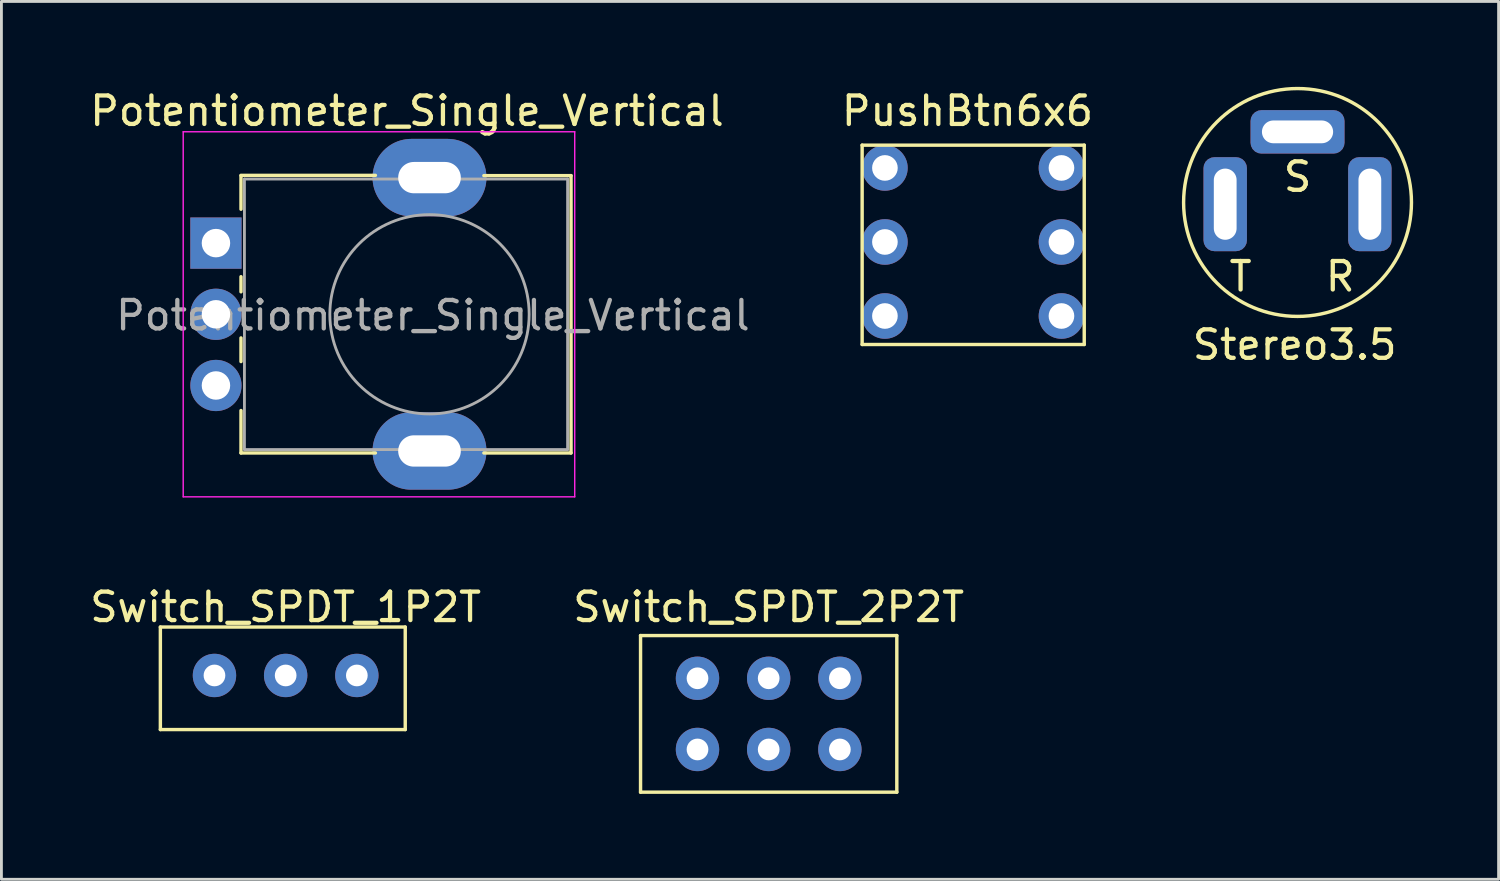
<source format=kicad_pcb>
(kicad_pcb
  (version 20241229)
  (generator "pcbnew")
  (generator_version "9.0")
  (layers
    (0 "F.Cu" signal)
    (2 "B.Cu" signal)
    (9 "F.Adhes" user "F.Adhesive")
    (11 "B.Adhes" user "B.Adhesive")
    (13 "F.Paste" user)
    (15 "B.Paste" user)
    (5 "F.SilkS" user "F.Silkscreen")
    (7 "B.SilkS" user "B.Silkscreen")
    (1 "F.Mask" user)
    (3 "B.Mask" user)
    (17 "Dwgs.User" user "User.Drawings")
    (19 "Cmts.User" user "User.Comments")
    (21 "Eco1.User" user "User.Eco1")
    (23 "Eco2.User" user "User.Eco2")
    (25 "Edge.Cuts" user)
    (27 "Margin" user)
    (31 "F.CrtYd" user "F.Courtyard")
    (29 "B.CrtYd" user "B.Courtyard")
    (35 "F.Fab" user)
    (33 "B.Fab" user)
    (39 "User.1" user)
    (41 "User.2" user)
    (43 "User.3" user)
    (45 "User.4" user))
  (footprint "Switch_SPDT_1P2T"
    (layer "F.Cu")
    (at 9.482 18.172)
    (property "Reference" "Switch_SPDT_1P2T" (at -2.5 0.1 0) (layer "F.SilkS") (effects (font (size 1 1) (thickness 0.15))))
    (attr through_hole)
    (fp_line (start -6.9 0.8) (end 1.7 0.8) (stroke (width 0.12) (type solid)) (layer "F.SilkS"))
    (fp_line (start -6.9 4.4) (end -6.9 0.8) (stroke (width 0.12) (type solid)) (layer "F.SilkS"))
    (fp_line (start 1.7 0.8) (end 1.7 4.4) (stroke (width 0.12) (type solid)) (layer "F.SilkS"))
    (fp_line (start 1.7 4.4) (end -6.9 4.4) (stroke (width 0.12) (type solid)) (layer "F.SilkS"))
    (pad "1" thru_hole circle (at -5 2.5) (size 1.524 1.524) (drill 0.762) (layers "*.Cu" "*.Mask"))
    (pad "2" thru_hole circle (at -2.5 2.5) (size 1.524 1.524) (drill 0.762) (layers "*.Cu" "*.Mask"))
    (pad "3" thru_hole circle (at 0 2.5) (size 1.524 1.524) (drill 0.762) (layers "*.Cu" "*.Mask")))
  (footprint "PushBtn6x6"
    (layer "F.Cu")
    (at 31.128 5.448)
    (property "Reference" "PushBtn6x6" (at -0.2 -4.6 0) (layer "F.SilkS") (effects (font (size 1 1) (thickness 0.15))))
    (attr through_hole)
    (fp_line (start -3.9 -3.4) (end 3.9 -3.4) (stroke (width 0.12) (type solid)) (layer "F.SilkS"))
    (fp_line (start -3.9 3.6) (end -3.9 -3.4) (stroke (width 0.12) (type solid)) (layer "F.SilkS"))
    (fp_line (start 3.9 -3.4) (end 3.9 3.6) (stroke (width 0.12) (type solid)) (layer "F.SilkS"))
    (fp_line (start 3.9 3.6) (end -3.9 3.6) (stroke (width 0.12) (type solid)) (layer "F.SilkS"))
    (pad "1" thru_hole circle (at -3.1 2.6) (size 1.6 1.6) (drill 0.9) (layers "*.Cu" "*.Mask"))
    (pad "2" thru_hole circle (at -3.1 0) (size 1.6 1.6) (drill 0.9) (layers "*.Cu" "*.Mask"))
    (pad "3" thru_hole circle (at -3.1 -2.6) (size 1.6 1.6) (drill 0.9) (layers "*.Cu" "*.Mask"))
    (pad "4" thru_hole circle (at 3.1 2.6) (size 1.6 1.6) (drill 0.9) (layers "*.Cu" "*.Mask"))
    (pad "5" thru_hole circle (at 3.1 0) (size 1.6 1.6) (drill 0.9) (layers "*.Cu" "*.Mask"))
    (pad "6" thru_hole circle (at 3.1 -2.6) (size 1.6 1.6) (drill 0.9) (layers "*.Cu" "*.Mask")))
  (footprint "Stereo3.5"
    (layer "F.Cu")
    (at 42.519 6.661)
    (property "Reference" "Stereo3.5" (at -0.1 2.4 0) (layer "F.SilkS") (effects (font (size 1 1) (thickness 0.15))))
    (attr through_hole)
    (fp_circle (center 0 -2.6) (end -4 -2.5) (stroke (width 0.12) (type solid)) (fill no) (layer "F.SilkS"))
    (fp_text user "S" (at 0 -3.5 0) (layer "F.SilkS") (effects (font (size 1 1) (thickness 0.15))))
    (fp_text user "R" (at 1.5 0 0) (layer "F.SilkS") (effects (font (size 1 1) (thickness 0.15))))
    (fp_text user "T" (at -2 0 0) (layer "F.SilkS") (effects (font (size 1 1) (thickness 0.15))))
    (pad "1" thru_hole roundrect (at -2.54 -2.54) (size 1.524 3.3) (drill oval 0.8 2.5) (layers "*.Cu" "*.Mask") (roundrect_rratio 0.25))
    (pad "2" thru_hole roundrect (at 0 -5.08 90) (size 1.524 3.3) (drill oval 0.8 2.5) (layers "*.Cu" "*.Mask") (roundrect_rratio 0.25))
    (pad "3" thru_hole roundrect (at 2.54 -2.54) (size 1.524 3.3) (drill oval 0.8 2.5) (layers "*.Cu" "*.Mask") (roundrect_rratio 0.25)))
  (footprint "Potentiometer_Single_Vertical"
    (layer "F.Cu")
    (at 4.534 5.488)
    (property "Reference" "Potentiometer_Single_Vertical" (at 6.71 -4.64 180) (layer "F.SilkS") (effects (font (size 1 1) (thickness 0.15))))
    (attr through_hole)
    (fp_line (start 0.88 -2.38) (end 5.6 -2.38) (stroke (width 0.12) (type solid)) (layer "F.SilkS"))
    (fp_line (start 0.88 -1.19) (end 0.88 -2.37) (stroke (width 0.12) (type solid)) (layer "F.SilkS"))
    (fp_line (start 0.88 1.71) (end 0.88 1.18) (stroke (width 0.12) (type solid)) (layer "F.SilkS"))
    (fp_line (start 0.88 4.16) (end 0.88 3.33) (stroke (width 0.12) (type solid)) (layer "F.SilkS"))
    (fp_line (start 0.88 7.37) (end 0.88 5.88) (stroke (width 0.12) (type solid)) (layer "F.SilkS"))
    (fp_line (start 0.88 7.37) (end 5.6 7.37) (stroke (width 0.12) (type solid)) (layer "F.SilkS"))
    (fp_line (start 9.41 -2.37) (end 12.47 -2.37) (stroke (width 0.12) (type solid)) (layer "F.SilkS"))
    (fp_line (start 9.41 7.37) (end 12.47 7.37) (stroke (width 0.12) (type solid)) (layer "F.SilkS"))
    (fp_line (start 12.47 7.37) (end 12.47 -2.37) (stroke (width 0.12) (type solid)) (layer "F.SilkS"))
    (fp_line (start -1.15 -3.91) (end -1.15 8.91) (stroke (width 0.05) (type solid)) (layer "F.CrtYd"))
    (fp_line (start -1.15 8.91) (end 12.6 8.91) (stroke (width 0.05) (type solid)) (layer "F.CrtYd"))
    (fp_line (start 12.6 -3.91) (end -1.15 -3.91) (stroke (width 0.05) (type solid)) (layer "F.CrtYd"))
    (fp_line (start 12.6 8.91) (end 12.6 -3.91) (stroke (width 0.05) (type solid)) (layer "F.CrtYd"))
    (fp_line (start 1 -2.25) (end 12.35 -2.25) (stroke (width 0.1) (type solid)) (layer "F.Fab"))
    (fp_line (start 1 7.25) (end 1 -2.25) (stroke (width 0.1) (type solid)) (layer "F.Fab"))
    (fp_line (start 1 7.25) (end 12.35 7.25) (stroke (width 0.1) (type solid)) (layer "F.Fab"))
    (fp_line (start 12.35 7.25) (end 12.35 -2.25) (stroke (width 0.1) (type solid)) (layer "F.Fab"))
    (fp_circle (center 7.5 2.5) (end 7.5 -1) (stroke (width 0.1) (type solid)) (fill no) (layer "F.Fab"))
    (fp_text user "${REFERENCE}" (at 7.62 2.54 0) (layer "F.Fab") (effects (font (size 1 1) (thickness 0.15))))
    (pad "" thru_hole oval (at 7.5 -2.3 90) (size 2.72 4) (drill oval 1.1 2.2) (layers "*.Cu" "*.Mask"))
    (pad "" thru_hole oval (at 7.5 7.3 90) (size 2.72 4) (drill oval 1.1 2.2) (layers "*.Cu" "*.Mask"))
    (pad "1" thru_hole rect (at 0 0 90) (size 1.8 1.8) (drill 1) (layers "*.Cu" "*.Mask"))
    (pad "2" thru_hole circle (at 0 2.5 90) (size 1.8 1.8) (drill 1) (layers "*.Cu" "*.Mask"))
    (pad "3" thru_hole circle (at 0 5 90) (size 1.8 1.8) (drill 1) (layers "*.Cu" "*.Mask")))
  (footprint "Switch_SPDT_2P2T"
    (layer "F.Cu")
    (at 26.446 18.271)
    (property "Reference" "Switch_SPDT_2P2T" (at -2.5 0 0) (layer "F.SilkS") (effects (font (size 1 1) (thickness 0.15))))
    (attr through_hole)
    (fp_line (start -7 1) (end 2 1) (stroke (width 0.12) (type solid)) (layer "F.SilkS"))
    (fp_line (start -7 6.5) (end -7 1) (stroke (width 0.12) (type solid)) (layer "F.SilkS"))
    (fp_line (start 2 1) (end 2 6.5) (stroke (width 0.12) (type solid)) (layer "F.SilkS"))
    (fp_line (start 2 6.5) (end -7 6.5) (stroke (width 0.12) (type solid)) (layer "F.SilkS"))
    (pad "1" thru_hole circle (at -5 2.5) (size 1.524 1.524) (drill 0.762) (layers "*.Cu" "*.Mask"))
    (pad "2" thru_hole circle (at -2.5 2.5) (size 1.524 1.524) (drill 0.762) (layers "*.Cu" "*.Mask"))
    (pad "3" thru_hole circle (at 0 2.5) (size 1.524 1.524) (drill 0.762) (layers "*.Cu" "*.Mask"))
    (pad "4" thru_hole circle (at -5 5) (size 1.524 1.524) (drill 0.762) (layers "*.Cu" "*.Mask"))
    (pad "5" thru_hole circle (at -2.5 5) (size 1.524 1.524) (drill 0.762) (layers "*.Cu" "*.Mask"))
    (pad "6" thru_hole circle (at 0 5) (size 1.524 1.524) (drill 0.762) (layers "*.Cu" "*.Mask")))
  (gr_rect
    (start -3 -3)
    (end 49.58 27.831)
    (stroke (width 0.1) (type default))
    (fill no)
    (layer "Edge.Cuts")))
</source>
